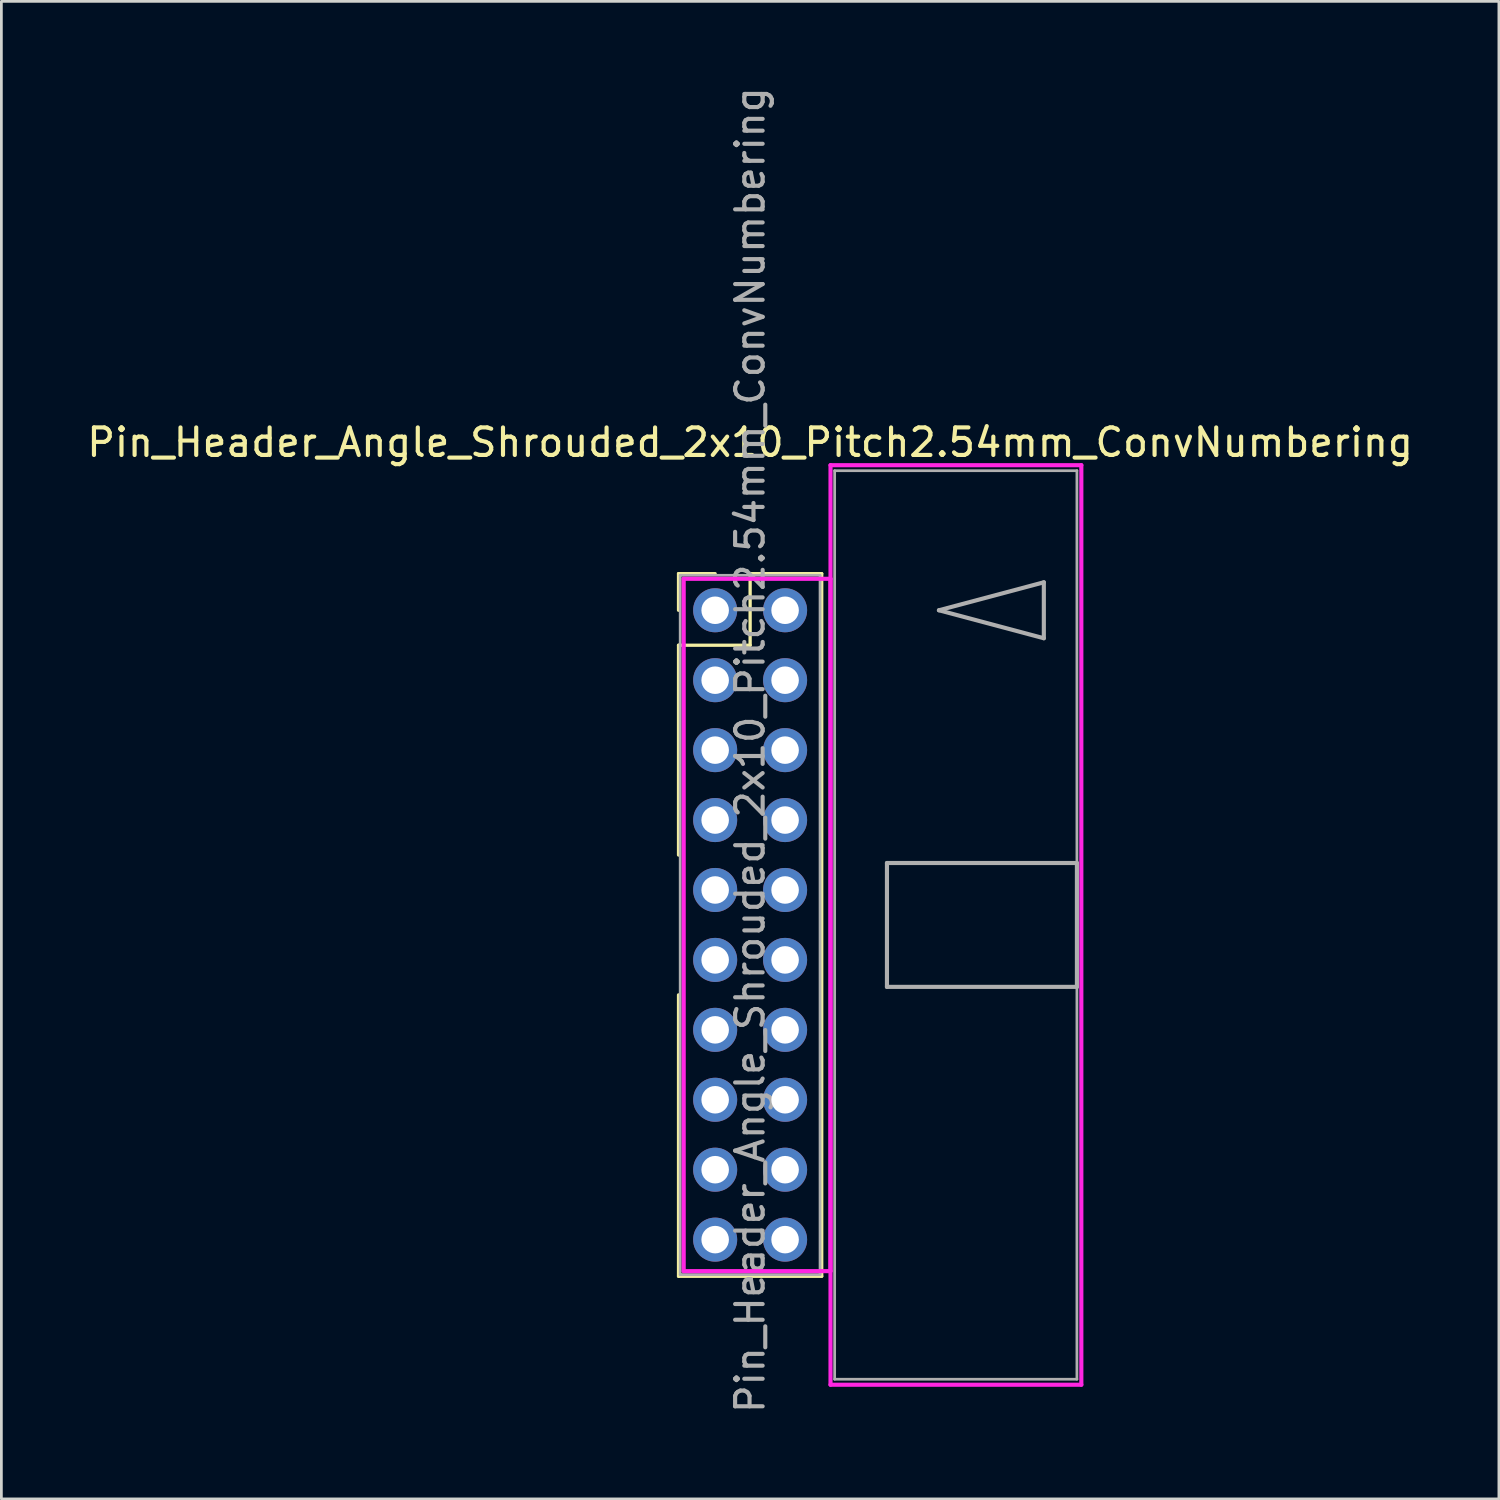
<source format=kicad_pcb>
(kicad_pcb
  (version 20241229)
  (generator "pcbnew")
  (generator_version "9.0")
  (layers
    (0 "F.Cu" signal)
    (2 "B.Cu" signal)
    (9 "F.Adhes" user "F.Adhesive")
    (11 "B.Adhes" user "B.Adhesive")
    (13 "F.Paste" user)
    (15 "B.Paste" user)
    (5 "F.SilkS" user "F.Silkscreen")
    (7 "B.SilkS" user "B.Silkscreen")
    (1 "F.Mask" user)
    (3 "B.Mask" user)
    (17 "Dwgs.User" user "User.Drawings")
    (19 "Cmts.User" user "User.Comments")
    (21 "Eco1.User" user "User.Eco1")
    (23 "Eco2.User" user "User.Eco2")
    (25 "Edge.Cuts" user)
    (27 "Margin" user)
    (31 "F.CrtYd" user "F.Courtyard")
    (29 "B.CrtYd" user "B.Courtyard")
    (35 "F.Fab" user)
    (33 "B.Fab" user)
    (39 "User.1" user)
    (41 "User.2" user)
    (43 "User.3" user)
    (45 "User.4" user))
  (footprint "Pin_Header_Angle_Shrouded_2x10_Pitch2.54mm_ConvNumbering"
    (layer "F.Cu")
    (at 22.926 19.116)
    (property "Reference" "Pin_Header_Angle_Shrouded_2x10_Pitch2.54mm_ConvNumbering" (at 1.27 -6.096 0) (layer "F.SilkS") (effects (font (size 1 1) (thickness 0.15))))
    (attr through_hole)
    (fp_line (start -1.33 -1.33) (end 0 -1.33) (stroke (width 0.12) (type solid)) (layer "F.SilkS"))
    (fp_line (start -1.33 0) (end -1.33 -1.33) (stroke (width 0.12) (type solid)) (layer "F.SilkS"))
    (fp_line (start -1.33 1.27) (end -1.33 8.89) (stroke (width 0.12) (type solid)) (layer "F.SilkS"))
    (fp_line (start -1.33 1.27) (end 1.27 1.27) (stroke (width 0.12) (type solid)) (layer "F.SilkS"))
    (fp_line (start -1.33 13.97) (end -1.33 24.19) (stroke (width 0.12) (type solid)) (layer "F.SilkS"))
    (fp_line (start -1.33 24.19) (end 3.87 24.19) (stroke (width 0.12) (type solid)) (layer "F.SilkS"))
    (fp_line (start 1.27 -1.33) (end 3.87 -1.33) (stroke (width 0.12) (type solid)) (layer "F.SilkS"))
    (fp_line (start 1.27 1.27) (end 1.27 -1.33) (stroke (width 0.12) (type solid)) (layer "F.SilkS"))
    (fp_line (start 3.87 -1.33) (end 3.87 24.19) (stroke (width 0.12) (type solid)) (layer "F.SilkS"))
    (fp_line (start -1.143 -1.143) (end -1.143 24.003) (stroke (width 0.15) (type solid)) (layer "F.CrtYd"))
    (fp_line (start -1.143 24.003) (end 4.19 24.003) (stroke (width 0.15) (type solid)) (layer "F.CrtYd"))
    (fp_line (start 4.19 -5.27) (end 4.19 28.13) (stroke (width 0.15) (type solid)) (layer "F.CrtYd"))
    (fp_line (start 4.19 -1.143) (end -1.143 -1.143) (stroke (width 0.15) (type solid)) (layer "F.CrtYd"))
    (fp_line (start 4.19 24.003) (end 4.19 -1.143) (stroke (width 0.15) (type solid)) (layer "F.CrtYd"))
    (fp_line (start 4.19 28.13) (end 13.3 28.13) (stroke (width 0.15) (type solid)) (layer "F.CrtYd"))
    (fp_line (start 13.3 -5.27) (end 4.19 -5.27) (stroke (width 0.15) (type solid)) (layer "F.CrtYd"))
    (fp_line (start 13.3 28.13) (end 13.3 -5.27) (stroke (width 0.15) (type solid)) (layer "F.CrtYd"))
    (fp_line (start -1.27 -1.27) (end -1.27 24.13) (stroke (width 0.1) (type solid)) (layer "F.Fab"))
    (fp_line (start -1.27 24.13) (end 3.81 24.13) (stroke (width 0.1) (type solid)) (layer "F.Fab"))
    (fp_line (start 3.81 -1.27) (end -1.27 -1.27) (stroke (width 0.1) (type solid)) (layer "F.Fab"))
    (fp_line (start 3.81 24.13) (end 3.81 -1.27) (stroke (width 0.1) (type solid)) (layer "F.Fab"))
    (fp_line (start 4.34 -5.07) (end 4.34 27.93) (stroke (width 0.1) (type solid)) (layer "F.Fab"))
    (fp_line (start 4.34 27.93) (end 13.14 27.93) (stroke (width 0.1) (type solid)) (layer "F.Fab"))
    (fp_line (start 6.24 9.18) (end 6.24 13.68) (stroke (width 0.15) (type solid)) (layer "F.Fab"))
    (fp_line (start 6.24 13.68) (end 13.14 13.68) (stroke (width 0.15) (type solid)) (layer "F.Fab"))
    (fp_line (start 8.128 0) (end 11.938 -1.016) (stroke (width 0.15) (type solid)) (layer "F.Fab"))
    (fp_line (start 11.938 -1.016) (end 11.938 1.016) (stroke (width 0.15) (type solid)) (layer "F.Fab"))
    (fp_line (start 11.938 1.016) (end 8.128 0) (stroke (width 0.15) (type solid)) (layer "F.Fab"))
    (fp_line (start 13.14 -5.07) (end 4.34 -5.07) (stroke (width 0.1) (type solid)) (layer "F.Fab"))
    (fp_line (start 13.14 9.18) (end 6.24 9.18) (stroke (width 0.15) (type solid)) (layer "F.Fab"))
    (fp_line (start 13.14 13.68) (end 13.14 9.18) (stroke (width 0.15) (type solid)) (layer "F.Fab"))
    (fp_line (start 13.14 27.93) (end 13.14 -5.07) (stroke (width 0.1) (type solid)) (layer "F.Fab"))
    (fp_text user "${REFERENCE}" (at 1.27 5.08 90) (layer "F.Fab") (effects (font (size 1 1) (thickness 0.15))))
    (pad "1" thru_hole oval (at 0 0) (size 1.6 1.6) (drill 1) (layers "*.Cu" "*.Mask"))
    (pad "2" thru_hole oval (at 2.54 0) (size 1.6 1.6) (drill 1) (layers "*.Cu" "*.Mask"))
    (pad "3" thru_hole oval (at 0 2.54) (size 1.6 1.6) (drill 1) (layers "*.Cu" "*.Mask"))
    (pad "4" thru_hole oval (at 2.54 2.54) (size 1.6 1.6) (drill 1) (layers "*.Cu" "*.Mask"))
    (pad "5" thru_hole oval (at 0 5.08) (size 1.6 1.6) (drill 1) (layers "*.Cu" "*.Mask"))
    (pad "6" thru_hole oval (at 2.54 5.08) (size 1.6 1.6) (drill 1) (layers "*.Cu" "*.Mask"))
    (pad "7" thru_hole oval (at 0 7.62) (size 1.6 1.6) (drill 1) (layers "*.Cu" "*.Mask"))
    (pad "8" thru_hole oval (at 2.54 7.62) (size 1.6 1.6) (drill 1) (layers "*.Cu" "*.Mask"))
    (pad "9" thru_hole oval (at 0 10.16) (size 1.6 1.6) (drill 1) (layers "*.Cu" "*.Mask"))
    (pad "10" thru_hole oval (at 2.54 10.16) (size 1.6 1.6) (drill 1) (layers "*.Cu" "*.Mask"))
    (pad "11" thru_hole oval (at 0 12.7) (size 1.6 1.6) (drill 1) (layers "*.Cu" "*.Mask"))
    (pad "12" thru_hole oval (at 2.54 12.7) (size 1.6 1.6) (drill 1) (layers "*.Cu" "*.Mask"))
    (pad "13" thru_hole oval (at 0 15.24) (size 1.6 1.6) (drill 1) (layers "*.Cu" "*.Mask"))
    (pad "14" thru_hole oval (at 2.54 15.24) (size 1.6 1.6) (drill 1) (layers "*.Cu" "*.Mask"))
    (pad "15" thru_hole oval (at 0 17.78) (size 1.6 1.6) (drill 1) (layers "*.Cu" "*.Mask"))
    (pad "16" thru_hole oval (at 2.54 17.78) (size 1.6 1.6) (drill 1) (layers "*.Cu" "*.Mask"))
    (pad "17" thru_hole oval (at 0 20.32) (size 1.6 1.6) (drill 1) (layers "*.Cu" "*.Mask"))
    (pad "18" thru_hole oval (at 2.54 20.32) (size 1.6 1.6) (drill 1) (layers "*.Cu" "*.Mask"))
    (pad "19" thru_hole oval (at 0 22.86) (size 1.6 1.6) (drill 1) (layers "*.Cu" "*.Mask"))
    (pad "20" thru_hole oval (at 2.54 22.86) (size 1.6 1.6) (drill 1) (layers "*.Cu" "*.Mask")))
  (gr_rect
    (start -3 -3)
    (end 51.393 51.393)
    (stroke (width 0.1) (type default))
    (fill no)
    (layer "Edge.Cuts")))
</source>
